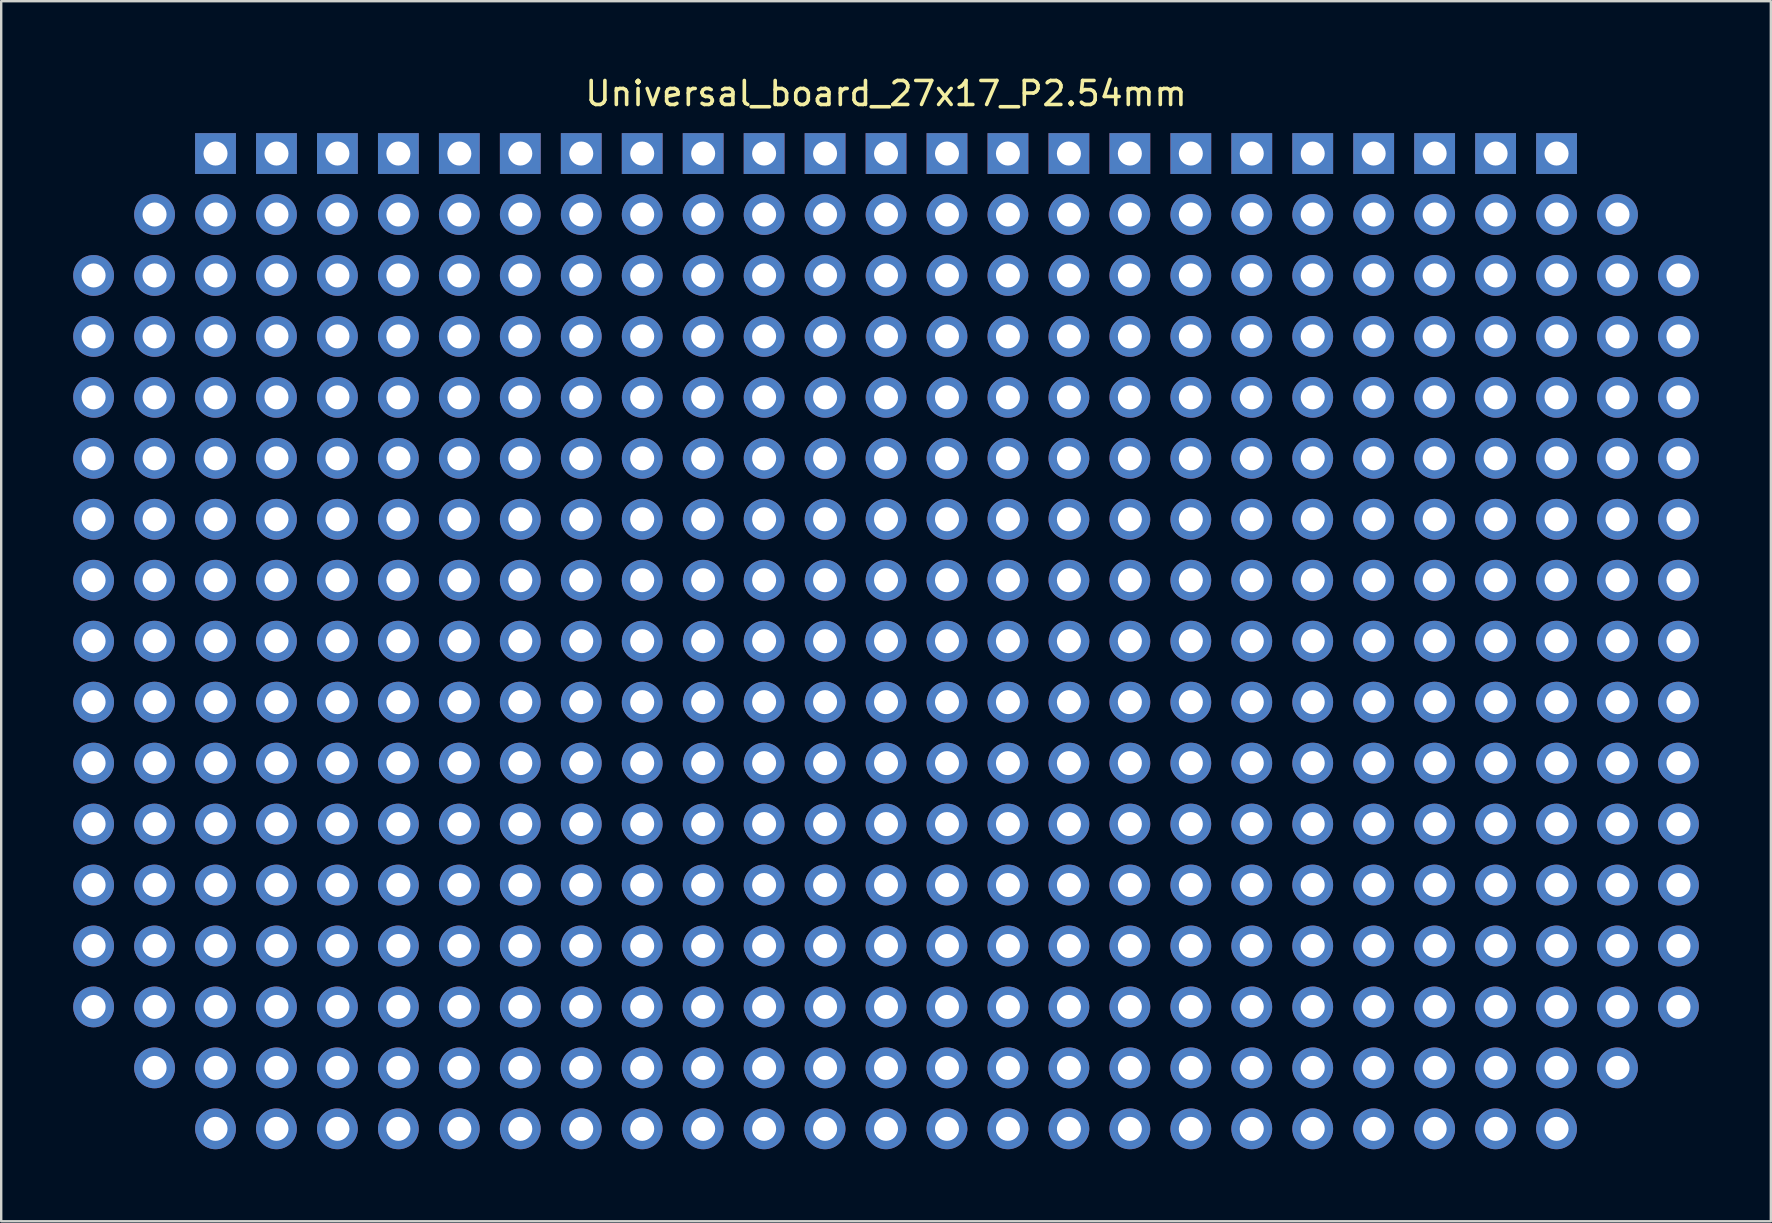
<source format=kicad_pcb>
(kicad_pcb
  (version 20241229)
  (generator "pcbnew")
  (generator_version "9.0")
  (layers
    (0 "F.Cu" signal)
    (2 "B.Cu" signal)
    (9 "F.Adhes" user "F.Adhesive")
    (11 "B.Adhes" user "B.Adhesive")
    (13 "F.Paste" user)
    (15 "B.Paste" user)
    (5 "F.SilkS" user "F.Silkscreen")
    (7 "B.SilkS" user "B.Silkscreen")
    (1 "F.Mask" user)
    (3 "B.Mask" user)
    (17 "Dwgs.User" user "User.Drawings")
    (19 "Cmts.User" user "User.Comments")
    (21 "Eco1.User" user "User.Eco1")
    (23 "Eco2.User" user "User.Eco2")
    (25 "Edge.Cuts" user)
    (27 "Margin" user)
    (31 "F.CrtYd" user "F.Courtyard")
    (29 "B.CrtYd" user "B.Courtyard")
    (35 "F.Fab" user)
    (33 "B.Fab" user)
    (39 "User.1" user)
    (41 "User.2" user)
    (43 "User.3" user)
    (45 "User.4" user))
  (footprint "Universal_board_27x17_P2.54mm"
    (layer "F.Cu")
    (at 33.87 3.348)
    (property "Reference" "Universal_board_27x17_P2.54mm" (at 0 -2.5 0) (layer "F.SilkS") (effects (font (size 1 1) (thickness 0.15))))
    (attr through_hole)
    (pad "1" thru_hole rect (at -27.94 0) (size 1.7 1.7) (drill 1) (layers "*.Cu" "*.Mask"))
    (pad "1" thru_hole rect (at -25.4 0) (size 1.7 1.7) (drill 1) (layers "*.Cu" "*.Mask"))
    (pad "1" thru_hole rect (at -22.86 0) (size 1.7 1.7) (drill 1) (layers "*.Cu" "*.Mask"))
    (pad "1" thru_hole rect (at -20.32 0) (size 1.7 1.7) (drill 1) (layers "*.Cu" "*.Mask"))
    (pad "1" thru_hole rect (at -17.78 0) (size 1.7 1.7) (drill 1) (layers "*.Cu" "*.Mask"))
    (pad "1" thru_hole rect (at -15.24 0) (size 1.7 1.7) (drill 1) (layers "*.Cu" "*.Mask"))
    (pad "1" thru_hole rect (at -12.7 0) (size 1.7 1.7) (drill 1) (layers "*.Cu" "*.Mask"))
    (pad "1" thru_hole rect (at -10.16 0) (size 1.7 1.7) (drill 1) (layers "*.Cu" "*.Mask"))
    (pad "1" thru_hole rect (at -7.62 0) (size 1.7 1.7) (drill 1) (layers "*.Cu" "*.Mask"))
    (pad "1" thru_hole rect (at -5.08 0) (size 1.7 1.7) (drill 1) (layers "*.Cu" "*.Mask"))
    (pad "1" thru_hole rect (at -2.54 0) (size 1.7 1.7) (drill 1) (layers "*.Cu" "*.Mask"))
    (pad "1" thru_hole rect (at 0 0) (size 1.7 1.7) (drill 1) (layers "*.Cu" "*.Mask"))
    (pad "1" thru_hole rect (at 2.54 0) (size 1.7 1.7) (drill 1) (layers "*.Cu" "*.Mask"))
    (pad "1" thru_hole rect (at 5.08 0) (size 1.7 1.7) (drill 1) (layers "*.Cu" "*.Mask"))
    (pad "1" thru_hole rect (at 7.62 0) (size 1.7 1.7) (drill 1) (layers "*.Cu" "*.Mask"))
    (pad "1" thru_hole rect (at 10.16 0) (size 1.7 1.7) (drill 1) (layers "*.Cu" "*.Mask"))
    (pad "1" thru_hole rect (at 12.7 0) (size 1.7 1.7) (drill 1) (layers "*.Cu" "*.Mask"))
    (pad "1" thru_hole rect (at 15.24 0) (size 1.7 1.7) (drill 1) (layers "*.Cu" "*.Mask"))
    (pad "1" thru_hole rect (at 17.78 0) (size 1.7 1.7) (drill 1) (layers "*.Cu" "*.Mask"))
    (pad "1" thru_hole rect (at 20.32 0) (size 1.7 1.7) (drill 1) (layers "*.Cu" "*.Mask"))
    (pad "1" thru_hole rect (at 22.86 0) (size 1.7 1.7) (drill 1) (layers "*.Cu" "*.Mask"))
    (pad "1" thru_hole rect (at 25.4 0) (size 1.7 1.7) (drill 1) (layers "*.Cu" "*.Mask"))
    (pad "1" thru_hole rect (at 27.94 0) (size 1.7 1.7) (drill 1) (layers "*.Cu" "*.Mask"))
    (pad "2" thru_hole oval (at -30.48 2.54) (size 1.7 1.7) (drill 1) (layers "*.Cu" "*.Mask"))
    (pad "2" thru_hole oval (at -27.94 2.54) (size 1.7 1.7) (drill 1) (layers "*.Cu" "*.Mask"))
    (pad "2" thru_hole oval (at -25.4 2.54) (size 1.7 1.7) (drill 1) (layers "*.Cu" "*.Mask"))
    (pad "2" thru_hole oval (at -22.86 2.54) (size 1.7 1.7) (drill 1) (layers "*.Cu" "*.Mask"))
    (pad "2" thru_hole oval (at -20.32 2.54) (size 1.7 1.7) (drill 1) (layers "*.Cu" "*.Mask"))
    (pad "2" thru_hole oval (at -17.78 2.54) (size 1.7 1.7) (drill 1) (layers "*.Cu" "*.Mask"))
    (pad "2" thru_hole oval (at -15.24 2.54) (size 1.7 1.7) (drill 1) (layers "*.Cu" "*.Mask"))
    (pad "2" thru_hole oval (at -12.7 2.54) (size 1.7 1.7) (drill 1) (layers "*.Cu" "*.Mask"))
    (pad "2" thru_hole oval (at -10.16 2.54) (size 1.7 1.7) (drill 1) (layers "*.Cu" "*.Mask"))
    (pad "2" thru_hole oval (at -7.62 2.54) (size 1.7 1.7) (drill 1) (layers "*.Cu" "*.Mask"))
    (pad "2" thru_hole oval (at -5.08 2.54) (size 1.7 1.7) (drill 1) (layers "*.Cu" "*.Mask"))
    (pad "2" thru_hole oval (at -2.54 2.54) (size 1.7 1.7) (drill 1) (layers "*.Cu" "*.Mask"))
    (pad "2" thru_hole oval (at 0 2.54) (size 1.7 1.7) (drill 1) (layers "*.Cu" "*.Mask"))
    (pad "2" thru_hole oval (at 2.54 2.54) (size 1.7 1.7) (drill 1) (layers "*.Cu" "*.Mask"))
    (pad "2" thru_hole oval (at 5.08 2.54) (size 1.7 1.7) (drill 1) (layers "*.Cu" "*.Mask"))
    (pad "2" thru_hole oval (at 7.62 2.54) (size 1.7 1.7) (drill 1) (layers "*.Cu" "*.Mask"))
    (pad "2" thru_hole oval (at 10.16 2.54) (size 1.7 1.7) (drill 1) (layers "*.Cu" "*.Mask"))
    (pad "2" thru_hole oval (at 12.7 2.54) (size 1.7 1.7) (drill 1) (layers "*.Cu" "*.Mask"))
    (pad "2" thru_hole oval (at 15.24 2.54) (size 1.7 1.7) (drill 1) (layers "*.Cu" "*.Mask"))
    (pad "2" thru_hole oval (at 17.78 2.54) (size 1.7 1.7) (drill 1) (layers "*.Cu" "*.Mask"))
    (pad "2" thru_hole oval (at 20.32 2.54) (size 1.7 1.7) (drill 1) (layers "*.Cu" "*.Mask"))
    (pad "2" thru_hole oval (at 22.86 2.54) (size 1.7 1.7) (drill 1) (layers "*.Cu" "*.Mask"))
    (pad "2" thru_hole oval (at 25.4 2.54) (size 1.7 1.7) (drill 1) (layers "*.Cu" "*.Mask"))
    (pad "2" thru_hole oval (at 27.94 2.54) (size 1.7 1.7) (drill 1) (layers "*.Cu" "*.Mask"))
    (pad "2" thru_hole oval (at 30.48 2.54) (size 1.7 1.7) (drill 1) (layers "*.Cu" "*.Mask"))
    (pad "3" thru_hole oval (at -33.02 5.08) (size 1.7 1.7) (drill 1) (layers "*.Cu" "*.Mask"))
    (pad "3" thru_hole oval (at -30.48 5.08) (size 1.7 1.7) (drill 1) (layers "*.Cu" "*.Mask"))
    (pad "3" thru_hole oval (at -27.94 5.08) (size 1.7 1.7) (drill 1) (layers "*.Cu" "*.Mask"))
    (pad "3" thru_hole oval (at -25.4 5.08) (size 1.7 1.7) (drill 1) (layers "*.Cu" "*.Mask"))
    (pad "3" thru_hole oval (at -22.86 5.08) (size 1.7 1.7) (drill 1) (layers "*.Cu" "*.Mask"))
    (pad "3" thru_hole oval (at -20.32 5.08) (size 1.7 1.7) (drill 1) (layers "*.Cu" "*.Mask"))
    (pad "3" thru_hole oval (at -17.78 5.08) (size 1.7 1.7) (drill 1) (layers "*.Cu" "*.Mask"))
    (pad "3" thru_hole oval (at -15.24 5.08) (size 1.7 1.7) (drill 1) (layers "*.Cu" "*.Mask"))
    (pad "3" thru_hole oval (at -12.7 5.08) (size 1.7 1.7) (drill 1) (layers "*.Cu" "*.Mask"))
    (pad "3" thru_hole oval (at -10.16 5.08) (size 1.7 1.7) (drill 1) (layers "*.Cu" "*.Mask"))
    (pad "3" thru_hole oval (at -7.62 5.08) (size 1.7 1.7) (drill 1) (layers "*.Cu" "*.Mask"))
    (pad "3" thru_hole oval (at -5.08 5.08) (size 1.7 1.7) (drill 1) (layers "*.Cu" "*.Mask"))
    (pad "3" thru_hole oval (at -2.54 5.08) (size 1.7 1.7) (drill 1) (layers "*.Cu" "*.Mask"))
    (pad "3" thru_hole oval (at 0 5.08) (size 1.7 1.7) (drill 1) (layers "*.Cu" "*.Mask"))
    (pad "3" thru_hole oval (at 2.54 5.08) (size 1.7 1.7) (drill 1) (layers "*.Cu" "*.Mask"))
    (pad "3" thru_hole oval (at 5.08 5.08) (size 1.7 1.7) (drill 1) (layers "*.Cu" "*.Mask"))
    (pad "3" thru_hole oval (at 7.62 5.08) (size 1.7 1.7) (drill 1) (layers "*.Cu" "*.Mask"))
    (pad "3" thru_hole oval (at 10.16 5.08) (size 1.7 1.7) (drill 1) (layers "*.Cu" "*.Mask"))
    (pad "3" thru_hole oval (at 12.7 5.08) (size 1.7 1.7) (drill 1) (layers "*.Cu" "*.Mask"))
    (pad "3" thru_hole oval (at 15.24 5.08) (size 1.7 1.7) (drill 1) (layers "*.Cu" "*.Mask"))
    (pad "3" thru_hole oval (at 17.78 5.08) (size 1.7 1.7) (drill 1) (layers "*.Cu" "*.Mask"))
    (pad "3" thru_hole oval (at 20.32 5.08) (size 1.7 1.7) (drill 1) (layers "*.Cu" "*.Mask"))
    (pad "3" thru_hole oval (at 22.86 5.08) (size 1.7 1.7) (drill 1) (layers "*.Cu" "*.Mask"))
    (pad "3" thru_hole oval (at 25.4 5.08) (size 1.7 1.7) (drill 1) (layers "*.Cu" "*.Mask"))
    (pad "3" thru_hole oval (at 27.94 5.08) (size 1.7 1.7) (drill 1) (layers "*.Cu" "*.Mask"))
    (pad "3" thru_hole oval (at 30.48 5.08) (size 1.7 1.7) (drill 1) (layers "*.Cu" "*.Mask"))
    (pad "3" thru_hole oval (at 33.02 5.08) (size 1.7 1.7) (drill 1) (layers "*.Cu" "*.Mask"))
    (pad "4" thru_hole oval (at -33.02 7.62) (size 1.7 1.7) (drill 1) (layers "*.Cu" "*.Mask"))
    (pad "4" thru_hole oval (at -30.48 7.62) (size 1.7 1.7) (drill 1) (layers "*.Cu" "*.Mask"))
    (pad "4" thru_hole oval (at -27.94 7.62) (size 1.7 1.7) (drill 1) (layers "*.Cu" "*.Mask"))
    (pad "4" thru_hole oval (at -25.4 7.62) (size 1.7 1.7) (drill 1) (layers "*.Cu" "*.Mask"))
    (pad "4" thru_hole oval (at -22.86 7.62) (size 1.7 1.7) (drill 1) (layers "*.Cu" "*.Mask"))
    (pad "4" thru_hole oval (at -20.32 7.62) (size 1.7 1.7) (drill 1) (layers "*.Cu" "*.Mask"))
    (pad "4" thru_hole oval (at -17.78 7.62) (size 1.7 1.7) (drill 1) (layers "*.Cu" "*.Mask"))
    (pad "4" thru_hole oval (at -15.24 7.62) (size 1.7 1.7) (drill 1) (layers "*.Cu" "*.Mask"))
    (pad "4" thru_hole oval (at -12.7 7.62) (size 1.7 1.7) (drill 1) (layers "*.Cu" "*.Mask"))
    (pad "4" thru_hole oval (at -10.16 7.62) (size 1.7 1.7) (drill 1) (layers "*.Cu" "*.Mask"))
    (pad "4" thru_hole oval (at -7.62 7.62) (size 1.7 1.7) (drill 1) (layers "*.Cu" "*.Mask"))
    (pad "4" thru_hole oval (at -5.08 7.62) (size 1.7 1.7) (drill 1) (layers "*.Cu" "*.Mask"))
    (pad "4" thru_hole oval (at -2.54 7.62) (size 1.7 1.7) (drill 1) (layers "*.Cu" "*.Mask"))
    (pad "4" thru_hole oval (at 0 7.62) (size 1.7 1.7) (drill 1) (layers "*.Cu" "*.Mask"))
    (pad "4" thru_hole oval (at 2.54 7.62) (size 1.7 1.7) (drill 1) (layers "*.Cu" "*.Mask"))
    (pad "4" thru_hole oval (at 5.08 7.62) (size 1.7 1.7) (drill 1) (layers "*.Cu" "*.Mask"))
    (pad "4" thru_hole oval (at 7.62 7.62) (size 1.7 1.7) (drill 1) (layers "*.Cu" "*.Mask"))
    (pad "4" thru_hole oval (at 10.16 7.62) (size 1.7 1.7) (drill 1) (layers "*.Cu" "*.Mask"))
    (pad "4" thru_hole oval (at 12.7 7.62) (size 1.7 1.7) (drill 1) (layers "*.Cu" "*.Mask"))
    (pad "4" thru_hole oval (at 15.24 7.62) (size 1.7 1.7) (drill 1) (layers "*.Cu" "*.Mask"))
    (pad "4" thru_hole oval (at 17.78 7.62) (size 1.7 1.7) (drill 1) (layers "*.Cu" "*.Mask"))
    (pad "4" thru_hole oval (at 20.32 7.62) (size 1.7 1.7) (drill 1) (layers "*.Cu" "*.Mask"))
    (pad "4" thru_hole oval (at 22.86 7.62) (size 1.7 1.7) (drill 1) (layers "*.Cu" "*.Mask"))
    (pad "4" thru_hole oval (at 25.4 7.62) (size 1.7 1.7) (drill 1) (layers "*.Cu" "*.Mask"))
    (pad "4" thru_hole oval (at 27.94 7.62) (size 1.7 1.7) (drill 1) (layers "*.Cu" "*.Mask"))
    (pad "4" thru_hole oval (at 30.48 7.62) (size 1.7 1.7) (drill 1) (layers "*.Cu" "*.Mask"))
    (pad "4" thru_hole oval (at 33.02 7.62) (size 1.7 1.7) (drill 1) (layers "*.Cu" "*.Mask"))
    (pad "5" thru_hole oval (at -33.02 10.16) (size 1.7 1.7) (drill 1) (layers "*.Cu" "*.Mask"))
    (pad "5" thru_hole oval (at -30.48 10.16) (size 1.7 1.7) (drill 1) (layers "*.Cu" "*.Mask"))
    (pad "5" thru_hole oval (at -27.94 10.16) (size 1.7 1.7) (drill 1) (layers "*.Cu" "*.Mask"))
    (pad "5" thru_hole oval (at -25.4 10.16) (size 1.7 1.7) (drill 1) (layers "*.Cu" "*.Mask"))
    (pad "5" thru_hole oval (at -22.86 10.16) (size 1.7 1.7) (drill 1) (layers "*.Cu" "*.Mask"))
    (pad "5" thru_hole oval (at -20.32 10.16) (size 1.7 1.7) (drill 1) (layers "*.Cu" "*.Mask"))
    (pad "5" thru_hole oval (at -17.78 10.16) (size 1.7 1.7) (drill 1) (layers "*.Cu" "*.Mask"))
    (pad "5" thru_hole oval (at -15.24 10.16) (size 1.7 1.7) (drill 1) (layers "*.Cu" "*.Mask"))
    (pad "5" thru_hole oval (at -12.7 10.16) (size 1.7 1.7) (drill 1) (layers "*.Cu" "*.Mask"))
    (pad "5" thru_hole oval (at -10.16 10.16) (size 1.7 1.7) (drill 1) (layers "*.Cu" "*.Mask"))
    (pad "5" thru_hole oval (at -7.62 10.16) (size 1.7 1.7) (drill 1) (layers "*.Cu" "*.Mask"))
    (pad "5" thru_hole oval (at -5.08 10.16) (size 1.7 1.7) (drill 1) (layers "*.Cu" "*.Mask"))
    (pad "5" thru_hole oval (at -2.54 10.16) (size 1.7 1.7) (drill 1) (layers "*.Cu" "*.Mask"))
    (pad "5" thru_hole oval (at 0 10.16) (size 1.7 1.7) (drill 1) (layers "*.Cu" "*.Mask"))
    (pad "5" thru_hole oval (at 2.54 10.16) (size 1.7 1.7) (drill 1) (layers "*.Cu" "*.Mask"))
    (pad "5" thru_hole oval (at 5.08 10.16) (size 1.7 1.7) (drill 1) (layers "*.Cu" "*.Mask"))
    (pad "5" thru_hole oval (at 7.62 10.16) (size 1.7 1.7) (drill 1) (layers "*.Cu" "*.Mask"))
    (pad "5" thru_hole oval (at 10.16 10.16) (size 1.7 1.7) (drill 1) (layers "*.Cu" "*.Mask"))
    (pad "5" thru_hole oval (at 12.7 10.16) (size 1.7 1.7) (drill 1) (layers "*.Cu" "*.Mask"))
    (pad "5" thru_hole oval (at 15.24 10.16) (size 1.7 1.7) (drill 1) (layers "*.Cu" "*.Mask"))
    (pad "5" thru_hole oval (at 17.78 10.16) (size 1.7 1.7) (drill 1) (layers "*.Cu" "*.Mask"))
    (pad "5" thru_hole oval (at 20.32 10.16) (size 1.7 1.7) (drill 1) (layers "*.Cu" "*.Mask"))
    (pad "5" thru_hole oval (at 22.86 10.16) (size 1.7 1.7) (drill 1) (layers "*.Cu" "*.Mask"))
    (pad "5" thru_hole oval (at 25.4 10.16) (size 1.7 1.7) (drill 1) (layers "*.Cu" "*.Mask"))
    (pad "5" thru_hole oval (at 27.94 10.16) (size 1.7 1.7) (drill 1) (layers "*.Cu" "*.Mask"))
    (pad "5" thru_hole oval (at 30.48 10.16) (size 1.7 1.7) (drill 1) (layers "*.Cu" "*.Mask"))
    (pad "5" thru_hole oval (at 33.02 10.16) (size 1.7 1.7) (drill 1) (layers "*.Cu" "*.Mask"))
    (pad "6" thru_hole oval (at -33.02 12.7) (size 1.7 1.7) (drill 1) (layers "*.Cu" "*.Mask"))
    (pad "6" thru_hole oval (at -30.48 12.7) (size 1.7 1.7) (drill 1) (layers "*.Cu" "*.Mask"))
    (pad "6" thru_hole oval (at -27.94 12.7) (size 1.7 1.7) (drill 1) (layers "*.Cu" "*.Mask"))
    (pad "6" thru_hole oval (at -25.4 12.7) (size 1.7 1.7) (drill 1) (layers "*.Cu" "*.Mask"))
    (pad "6" thru_hole oval (at -22.86 12.7) (size 1.7 1.7) (drill 1) (layers "*.Cu" "*.Mask"))
    (pad "6" thru_hole oval (at -20.32 12.7) (size 1.7 1.7) (drill 1) (layers "*.Cu" "*.Mask"))
    (pad "6" thru_hole oval (at -17.78 12.7) (size 1.7 1.7) (drill 1) (layers "*.Cu" "*.Mask"))
    (pad "6" thru_hole oval (at -15.24 12.7) (size 1.7 1.7) (drill 1) (layers "*.Cu" "*.Mask"))
    (pad "6" thru_hole oval (at -12.7 12.7) (size 1.7 1.7) (drill 1) (layers "*.Cu" "*.Mask"))
    (pad "6" thru_hole oval (at -10.16 12.7) (size 1.7 1.7) (drill 1) (layers "*.Cu" "*.Mask"))
    (pad "6" thru_hole oval (at -7.62 12.7) (size 1.7 1.7) (drill 1) (layers "*.Cu" "*.Mask"))
    (pad "6" thru_hole oval (at -5.08 12.7) (size 1.7 1.7) (drill 1) (layers "*.Cu" "*.Mask"))
    (pad "6" thru_hole oval (at -2.54 12.7) (size 1.7 1.7) (drill 1) (layers "*.Cu" "*.Mask"))
    (pad "6" thru_hole oval (at 0 12.7) (size 1.7 1.7) (drill 1) (layers "*.Cu" "*.Mask"))
    (pad "6" thru_hole oval (at 2.54 12.7) (size 1.7 1.7) (drill 1) (layers "*.Cu" "*.Mask"))
    (pad "6" thru_hole oval (at 5.08 12.7) (size 1.7 1.7) (drill 1) (layers "*.Cu" "*.Mask"))
    (pad "6" thru_hole oval (at 7.62 12.7) (size 1.7 1.7) (drill 1) (layers "*.Cu" "*.Mask"))
    (pad "6" thru_hole oval (at 10.16 12.7) (size 1.7 1.7) (drill 1) (layers "*.Cu" "*.Mask"))
    (pad "6" thru_hole oval (at 12.7 12.7) (size 1.7 1.7) (drill 1) (layers "*.Cu" "*.Mask"))
    (pad "6" thru_hole oval (at 15.24 12.7) (size 1.7 1.7) (drill 1) (layers "*.Cu" "*.Mask"))
    (pad "6" thru_hole oval (at 17.78 12.7) (size 1.7 1.7) (drill 1) (layers "*.Cu" "*.Mask"))
    (pad "6" thru_hole oval (at 20.32 12.7) (size 1.7 1.7) (drill 1) (layers "*.Cu" "*.Mask"))
    (pad "6" thru_hole oval (at 22.86 12.7) (size 1.7 1.7) (drill 1) (layers "*.Cu" "*.Mask"))
    (pad "6" thru_hole oval (at 25.4 12.7) (size 1.7 1.7) (drill 1) (layers "*.Cu" "*.Mask"))
    (pad "6" thru_hole oval (at 27.94 12.7) (size 1.7 1.7) (drill 1) (layers "*.Cu" "*.Mask"))
    (pad "6" thru_hole oval (at 30.48 12.7) (size 1.7 1.7) (drill 1) (layers "*.Cu" "*.Mask"))
    (pad "6" thru_hole oval (at 33.02 12.7) (size 1.7 1.7) (drill 1) (layers "*.Cu" "*.Mask"))
    (pad "7" thru_hole oval (at -33.02 15.24) (size 1.7 1.7) (drill 1) (layers "*.Cu" "*.Mask"))
    (pad "7" thru_hole oval (at -30.48 15.24) (size 1.7 1.7) (drill 1) (layers "*.Cu" "*.Mask"))
    (pad "7" thru_hole oval (at -27.94 15.24) (size 1.7 1.7) (drill 1) (layers "*.Cu" "*.Mask"))
    (pad "7" thru_hole oval (at -25.4 15.24) (size 1.7 1.7) (drill 1) (layers "*.Cu" "*.Mask"))
    (pad "7" thru_hole oval (at -22.86 15.24) (size 1.7 1.7) (drill 1) (layers "*.Cu" "*.Mask"))
    (pad "7" thru_hole oval (at -20.32 15.24) (size 1.7 1.7) (drill 1) (layers "*.Cu" "*.Mask"))
    (pad "7" thru_hole oval (at -17.78 15.24) (size 1.7 1.7) (drill 1) (layers "*.Cu" "*.Mask"))
    (pad "7" thru_hole oval (at -15.24 15.24) (size 1.7 1.7) (drill 1) (layers "*.Cu" "*.Mask"))
    (pad "7" thru_hole oval (at -12.7 15.24) (size 1.7 1.7) (drill 1) (layers "*.Cu" "*.Mask"))
    (pad "7" thru_hole oval (at -10.16 15.24) (size 1.7 1.7) (drill 1) (layers "*.Cu" "*.Mask"))
    (pad "7" thru_hole oval (at -7.62 15.24) (size 1.7 1.7) (drill 1) (layers "*.Cu" "*.Mask"))
    (pad "7" thru_hole oval (at -5.08 15.24) (size 1.7 1.7) (drill 1) (layers "*.Cu" "*.Mask"))
    (pad "7" thru_hole oval (at -2.54 15.24) (size 1.7 1.7) (drill 1) (layers "*.Cu" "*.Mask"))
    (pad "7" thru_hole oval (at 0 15.24) (size 1.7 1.7) (drill 1) (layers "*.Cu" "*.Mask"))
    (pad "7" thru_hole oval (at 2.54 15.24) (size 1.7 1.7) (drill 1) (layers "*.Cu" "*.Mask"))
    (pad "7" thru_hole oval (at 5.08 15.24) (size 1.7 1.7) (drill 1) (layers "*.Cu" "*.Mask"))
    (pad "7" thru_hole oval (at 7.62 15.24) (size 1.7 1.7) (drill 1) (layers "*.Cu" "*.Mask"))
    (pad "7" thru_hole oval (at 10.16 15.24) (size 1.7 1.7) (drill 1) (layers "*.Cu" "*.Mask"))
    (pad "7" thru_hole oval (at 12.7 15.24) (size 1.7 1.7) (drill 1) (layers "*.Cu" "*.Mask"))
    (pad "7" thru_hole oval (at 15.24 15.24) (size 1.7 1.7) (drill 1) (layers "*.Cu" "*.Mask"))
    (pad "7" thru_hole oval (at 17.78 15.24) (size 1.7 1.7) (drill 1) (layers "*.Cu" "*.Mask"))
    (pad "7" thru_hole oval (at 20.32 15.24) (size 1.7 1.7) (drill 1) (layers "*.Cu" "*.Mask"))
    (pad "7" thru_hole oval (at 22.86 15.24) (size 1.7 1.7) (drill 1) (layers "*.Cu" "*.Mask"))
    (pad "7" thru_hole oval (at 25.4 15.24) (size 1.7 1.7) (drill 1) (layers "*.Cu" "*.Mask"))
    (pad "7" thru_hole oval (at 27.94 15.24) (size 1.7 1.7) (drill 1) (layers "*.Cu" "*.Mask"))
    (pad "7" thru_hole oval (at 30.48 15.24) (size 1.7 1.7) (drill 1) (layers "*.Cu" "*.Mask"))
    (pad "7" thru_hole oval (at 33.02 15.24) (size 1.7 1.7) (drill 1) (layers "*.Cu" "*.Mask"))
    (pad "8" thru_hole oval (at -33.02 17.78) (size 1.7 1.7) (drill 1) (layers "*.Cu" "*.Mask"))
    (pad "8" thru_hole oval (at -30.48 17.78) (size 1.7 1.7) (drill 1) (layers "*.Cu" "*.Mask"))
    (pad "8" thru_hole oval (at -27.94 17.78) (size 1.7 1.7) (drill 1) (layers "*.Cu" "*.Mask"))
    (pad "8" thru_hole oval (at -25.4 17.78) (size 1.7 1.7) (drill 1) (layers "*.Cu" "*.Mask"))
    (pad "8" thru_hole oval (at -22.86 17.78) (size 1.7 1.7) (drill 1) (layers "*.Cu" "*.Mask"))
    (pad "8" thru_hole oval (at -20.32 17.78) (size 1.7 1.7) (drill 1) (layers "*.Cu" "*.Mask"))
    (pad "8" thru_hole oval (at -17.78 17.78) (size 1.7 1.7) (drill 1) (layers "*.Cu" "*.Mask"))
    (pad "8" thru_hole oval (at -15.24 17.78) (size 1.7 1.7) (drill 1) (layers "*.Cu" "*.Mask"))
    (pad "8" thru_hole oval (at -12.7 17.78) (size 1.7 1.7) (drill 1) (layers "*.Cu" "*.Mask"))
    (pad "8" thru_hole oval (at -10.16 17.78) (size 1.7 1.7) (drill 1) (layers "*.Cu" "*.Mask"))
    (pad "8" thru_hole oval (at -7.62 17.78) (size 1.7 1.7) (drill 1) (layers "*.Cu" "*.Mask"))
    (pad "8" thru_hole oval (at -5.08 17.78) (size 1.7 1.7) (drill 1) (layers "*.Cu" "*.Mask"))
    (pad "8" thru_hole oval (at -2.54 17.78) (size 1.7 1.7) (drill 1) (layers "*.Cu" "*.Mask"))
    (pad "8" thru_hole oval (at 0 17.78) (size 1.7 1.7) (drill 1) (layers "*.Cu" "*.Mask"))
    (pad "8" thru_hole oval (at 2.54 17.78) (size 1.7 1.7) (drill 1) (layers "*.Cu" "*.Mask"))
    (pad "8" thru_hole oval (at 5.08 17.78) (size 1.7 1.7) (drill 1) (layers "*.Cu" "*.Mask"))
    (pad "8" thru_hole oval (at 7.62 17.78) (size 1.7 1.7) (drill 1) (layers "*.Cu" "*.Mask"))
    (pad "8" thru_hole oval (at 10.16 17.78) (size 1.7 1.7) (drill 1) (layers "*.Cu" "*.Mask"))
    (pad "8" thru_hole oval (at 12.7 17.78) (size 1.7 1.7) (drill 1) (layers "*.Cu" "*.Mask"))
    (pad "8" thru_hole oval (at 15.24 17.78) (size 1.7 1.7) (drill 1) (layers "*.Cu" "*.Mask"))
    (pad "8" thru_hole oval (at 17.78 17.78) (size 1.7 1.7) (drill 1) (layers "*.Cu" "*.Mask"))
    (pad "8" thru_hole oval (at 20.32 17.78) (size 1.7 1.7) (drill 1) (layers "*.Cu" "*.Mask"))
    (pad "8" thru_hole oval (at 22.86 17.78) (size 1.7 1.7) (drill 1) (layers "*.Cu" "*.Mask"))
    (pad "8" thru_hole oval (at 25.4 17.78) (size 1.7 1.7) (drill 1) (layers "*.Cu" "*.Mask"))
    (pad "8" thru_hole oval (at 27.94 17.78) (size 1.7 1.7) (drill 1) (layers "*.Cu" "*.Mask"))
    (pad "8" thru_hole oval (at 30.48 17.78) (size 1.7 1.7) (drill 1) (layers "*.Cu" "*.Mask"))
    (pad "8" thru_hole oval (at 33.02 17.78) (size 1.7 1.7) (drill 1) (layers "*.Cu" "*.Mask"))
    (pad "9" thru_hole oval (at -33.02 20.32) (size 1.7 1.7) (drill 1) (layers "*.Cu" "*.Mask"))
    (pad "9" thru_hole oval (at -30.48 20.32) (size 1.7 1.7) (drill 1) (layers "*.Cu" "*.Mask"))
    (pad "9" thru_hole oval (at -27.94 20.32) (size 1.7 1.7) (drill 1) (layers "*.Cu" "*.Mask"))
    (pad "9" thru_hole oval (at -25.4 20.32) (size 1.7 1.7) (drill 1) (layers "*.Cu" "*.Mask"))
    (pad "9" thru_hole oval (at -22.86 20.32) (size 1.7 1.7) (drill 1) (layers "*.Cu" "*.Mask"))
    (pad "9" thru_hole oval (at -20.32 20.32) (size 1.7 1.7) (drill 1) (layers "*.Cu" "*.Mask"))
    (pad "9" thru_hole oval (at -17.78 20.32) (size 1.7 1.7) (drill 1) (layers "*.Cu" "*.Mask"))
    (pad "9" thru_hole oval (at -15.24 20.32) (size 1.7 1.7) (drill 1) (layers "*.Cu" "*.Mask"))
    (pad "9" thru_hole oval (at -12.7 20.32) (size 1.7 1.7) (drill 1) (layers "*.Cu" "*.Mask"))
    (pad "9" thru_hole oval (at -10.16 20.32) (size 1.7 1.7) (drill 1) (layers "*.Cu" "*.Mask"))
    (pad "9" thru_hole oval (at -7.62 20.32) (size 1.7 1.7) (drill 1) (layers "*.Cu" "*.Mask"))
    (pad "9" thru_hole oval (at -5.08 20.32) (size 1.7 1.7) (drill 1) (layers "*.Cu" "*.Mask"))
    (pad "9" thru_hole oval (at -2.54 20.32) (size 1.7 1.7) (drill 1) (layers "*.Cu" "*.Mask"))
    (pad "9" thru_hole oval (at 0 20.32) (size 1.7 1.7) (drill 1) (layers "*.Cu" "*.Mask"))
    (pad "9" thru_hole oval (at 2.54 20.32) (size 1.7 1.7) (drill 1) (layers "*.Cu" "*.Mask"))
    (pad "9" thru_hole oval (at 5.08 20.32) (size 1.7 1.7) (drill 1) (layers "*.Cu" "*.Mask"))
    (pad "9" thru_hole oval (at 7.62 20.32) (size 1.7 1.7) (drill 1) (layers "*.Cu" "*.Mask"))
    (pad "9" thru_hole oval (at 10.16 20.32) (size 1.7 1.7) (drill 1) (layers "*.Cu" "*.Mask"))
    (pad "9" thru_hole oval (at 12.7 20.32) (size 1.7 1.7) (drill 1) (layers "*.Cu" "*.Mask"))
    (pad "9" thru_hole oval (at 15.24 20.32) (size 1.7 1.7) (drill 1) (layers "*.Cu" "*.Mask"))
    (pad "9" thru_hole oval (at 17.78 20.32) (size 1.7 1.7) (drill 1) (layers "*.Cu" "*.Mask"))
    (pad "9" thru_hole oval (at 20.32 20.32) (size 1.7 1.7) (drill 1) (layers "*.Cu" "*.Mask"))
    (pad "9" thru_hole oval (at 22.86 20.32) (size 1.7 1.7) (drill 1) (layers "*.Cu" "*.Mask"))
    (pad "9" thru_hole oval (at 25.4 20.32) (size 1.7 1.7) (drill 1) (layers "*.Cu" "*.Mask"))
    (pad "9" thru_hole oval (at 27.94 20.32) (size 1.7 1.7) (drill 1) (layers "*.Cu" "*.Mask"))
    (pad "9" thru_hole oval (at 30.48 20.32) (size 1.7 1.7) (drill 1) (layers "*.Cu" "*.Mask"))
    (pad "9" thru_hole oval (at 33.02 20.32) (size 1.7 1.7) (drill 1) (layers "*.Cu" "*.Mask"))
    (pad "10" thru_hole oval (at -33.02 22.86) (size 1.7 1.7) (drill 1) (layers "*.Cu" "*.Mask"))
    (pad "10" thru_hole oval (at -30.48 22.86) (size 1.7 1.7) (drill 1) (layers "*.Cu" "*.Mask"))
    (pad "10" thru_hole oval (at -27.94 22.86) (size 1.7 1.7) (drill 1) (layers "*.Cu" "*.Mask"))
    (pad "10" thru_hole oval (at -25.4 22.86) (size 1.7 1.7) (drill 1) (layers "*.Cu" "*.Mask"))
    (pad "10" thru_hole oval (at -22.86 22.86) (size 1.7 1.7) (drill 1) (layers "*.Cu" "*.Mask"))
    (pad "10" thru_hole oval (at -20.32 22.86) (size 1.7 1.7) (drill 1) (layers "*.Cu" "*.Mask"))
    (pad "10" thru_hole oval (at -17.78 22.86) (size 1.7 1.7) (drill 1) (layers "*.Cu" "*.Mask"))
    (pad "10" thru_hole oval (at -15.24 22.86) (size 1.7 1.7) (drill 1) (layers "*.Cu" "*.Mask"))
    (pad "10" thru_hole oval (at -12.7 22.86) (size 1.7 1.7) (drill 1) (layers "*.Cu" "*.Mask"))
    (pad "10" thru_hole oval (at -10.16 22.86) (size 1.7 1.7) (drill 1) (layers "*.Cu" "*.Mask"))
    (pad "10" thru_hole oval (at -7.62 22.86) (size 1.7 1.7) (drill 1) (layers "*.Cu" "*.Mask"))
    (pad "10" thru_hole oval (at -5.08 22.86) (size 1.7 1.7) (drill 1) (layers "*.Cu" "*.Mask"))
    (pad "10" thru_hole oval (at -2.54 22.86) (size 1.7 1.7) (drill 1) (layers "*.Cu" "*.Mask"))
    (pad "10" thru_hole oval (at 0 22.86) (size 1.7 1.7) (drill 1) (layers "*.Cu" "*.Mask"))
    (pad "10" thru_hole oval (at 2.54 22.86) (size 1.7 1.7) (drill 1) (layers "*.Cu" "*.Mask"))
    (pad "10" thru_hole oval (at 5.08 22.86) (size 1.7 1.7) (drill 1) (layers "*.Cu" "*.Mask"))
    (pad "10" thru_hole oval (at 7.62 22.86) (size 1.7 1.7) (drill 1) (layers "*.Cu" "*.Mask"))
    (pad "10" thru_hole oval (at 10.16 22.86) (size 1.7 1.7) (drill 1) (layers "*.Cu" "*.Mask"))
    (pad "10" thru_hole oval (at 12.7 22.86) (size 1.7 1.7) (drill 1) (layers "*.Cu" "*.Mask"))
    (pad "10" thru_hole oval (at 15.24 22.86) (size 1.7 1.7) (drill 1) (layers "*.Cu" "*.Mask"))
    (pad "10" thru_hole oval (at 17.78 22.86) (size 1.7 1.7) (drill 1) (layers "*.Cu" "*.Mask"))
    (pad "10" thru_hole oval (at 20.32 22.86) (size 1.7 1.7) (drill 1) (layers "*.Cu" "*.Mask"))
    (pad "10" thru_hole oval (at 22.86 22.86) (size 1.7 1.7) (drill 1) (layers "*.Cu" "*.Mask"))
    (pad "10" thru_hole oval (at 25.4 22.86) (size 1.7 1.7) (drill 1) (layers "*.Cu" "*.Mask"))
    (pad "10" thru_hole oval (at 27.94 22.86) (size 1.7 1.7) (drill 1) (layers "*.Cu" "*.Mask"))
    (pad "10" thru_hole oval (at 30.48 22.86) (size 1.7 1.7) (drill 1) (layers "*.Cu" "*.Mask"))
    (pad "10" thru_hole oval (at 33.02 22.86) (size 1.7 1.7) (drill 1) (layers "*.Cu" "*.Mask"))
    (pad "11" thru_hole oval (at -33.02 25.4) (size 1.7 1.7) (drill 1) (layers "*.Cu" "*.Mask"))
    (pad "11" thru_hole oval (at -30.48 25.4) (size 1.7 1.7) (drill 1) (layers "*.Cu" "*.Mask"))
    (pad "11" thru_hole oval (at -27.94 25.4) (size 1.7 1.7) (drill 1) (layers "*.Cu" "*.Mask"))
    (pad "11" thru_hole oval (at -25.4 25.4) (size 1.7 1.7) (drill 1) (layers "*.Cu" "*.Mask"))
    (pad "11" thru_hole oval (at -22.86 25.4) (size 1.7 1.7) (drill 1) (layers "*.Cu" "*.Mask"))
    (pad "11" thru_hole oval (at -20.32 25.4) (size 1.7 1.7) (drill 1) (layers "*.Cu" "*.Mask"))
    (pad "11" thru_hole oval (at -17.78 25.4) (size 1.7 1.7) (drill 1) (layers "*.Cu" "*.Mask"))
    (pad "11" thru_hole oval (at -15.24 25.4) (size 1.7 1.7) (drill 1) (layers "*.Cu" "*.Mask"))
    (pad "11" thru_hole oval (at -12.7 25.4) (size 1.7 1.7) (drill 1) (layers "*.Cu" "*.Mask"))
    (pad "11" thru_hole oval (at -10.16 25.4) (size 1.7 1.7) (drill 1) (layers "*.Cu" "*.Mask"))
    (pad "11" thru_hole oval (at -7.62 25.4) (size 1.7 1.7) (drill 1) (layers "*.Cu" "*.Mask"))
    (pad "11" thru_hole oval (at -5.08 25.4) (size 1.7 1.7) (drill 1) (layers "*.Cu" "*.Mask"))
    (pad "11" thru_hole oval (at -2.54 25.4) (size 1.7 1.7) (drill 1) (layers "*.Cu" "*.Mask"))
    (pad "11" thru_hole oval (at 0 25.4) (size 1.7 1.7) (drill 1) (layers "*.Cu" "*.Mask"))
    (pad "11" thru_hole oval (at 2.54 25.4) (size 1.7 1.7) (drill 1) (layers "*.Cu" "*.Mask"))
    (pad "11" thru_hole oval (at 5.08 25.4) (size 1.7 1.7) (drill 1) (layers "*.Cu" "*.Mask"))
    (pad "11" thru_hole oval (at 7.62 25.4) (size 1.7 1.7) (drill 1) (layers "*.Cu" "*.Mask"))
    (pad "11" thru_hole oval (at 10.16 25.4) (size 1.7 1.7) (drill 1) (layers "*.Cu" "*.Mask"))
    (pad "11" thru_hole oval (at 12.7 25.4) (size 1.7 1.7) (drill 1) (layers "*.Cu" "*.Mask"))
    (pad "11" thru_hole oval (at 15.24 25.4) (size 1.7 1.7) (drill 1) (layers "*.Cu" "*.Mask"))
    (pad "11" thru_hole oval (at 17.78 25.4) (size 1.7 1.7) (drill 1) (layers "*.Cu" "*.Mask"))
    (pad "11" thru_hole oval (at 20.32 25.4) (size 1.7 1.7) (drill 1) (layers "*.Cu" "*.Mask"))
    (pad "11" thru_hole oval (at 22.86 25.4) (size 1.7 1.7) (drill 1) (layers "*.Cu" "*.Mask"))
    (pad "11" thru_hole oval (at 25.4 25.4) (size 1.7 1.7) (drill 1) (layers "*.Cu" "*.Mask"))
    (pad "11" thru_hole oval (at 27.94 25.4) (size 1.7 1.7) (drill 1) (layers "*.Cu" "*.Mask"))
    (pad "11" thru_hole oval (at 30.48 25.4) (size 1.7 1.7) (drill 1) (layers "*.Cu" "*.Mask"))
    (pad "11" thru_hole oval (at 33.02 25.4) (size 1.7 1.7) (drill 1) (layers "*.Cu" "*.Mask"))
    (pad "12" thru_hole oval (at -33.02 27.94) (size 1.7 1.7) (drill 1) (layers "*.Cu" "*.Mask"))
    (pad "12" thru_hole oval (at -30.48 27.94) (size 1.7 1.7) (drill 1) (layers "*.Cu" "*.Mask"))
    (pad "12" thru_hole oval (at -27.94 27.94) (size 1.7 1.7) (drill 1) (layers "*.Cu" "*.Mask"))
    (pad "12" thru_hole oval (at -25.4 27.94) (size 1.7 1.7) (drill 1) (layers "*.Cu" "*.Mask"))
    (pad "12" thru_hole oval (at -22.86 27.94) (size 1.7 1.7) (drill 1) (layers "*.Cu" "*.Mask"))
    (pad "12" thru_hole oval (at -20.32 27.94) (size 1.7 1.7) (drill 1) (layers "*.Cu" "*.Mask"))
    (pad "12" thru_hole oval (at -17.78 27.94) (size 1.7 1.7) (drill 1) (layers "*.Cu" "*.Mask"))
    (pad "12" thru_hole oval (at -15.24 27.94) (size 1.7 1.7) (drill 1) (layers "*.Cu" "*.Mask"))
    (pad "12" thru_hole oval (at -12.7 27.94) (size 1.7 1.7) (drill 1) (layers "*.Cu" "*.Mask"))
    (pad "12" thru_hole oval (at -10.16 27.94) (size 1.7 1.7) (drill 1) (layers "*.Cu" "*.Mask"))
    (pad "12" thru_hole oval (at -7.62 27.94) (size 1.7 1.7) (drill 1) (layers "*.Cu" "*.Mask"))
    (pad "12" thru_hole oval (at -5.08 27.94) (size 1.7 1.7) (drill 1) (layers "*.Cu" "*.Mask"))
    (pad "12" thru_hole oval (at -2.54 27.94) (size 1.7 1.7) (drill 1) (layers "*.Cu" "*.Mask"))
    (pad "12" thru_hole oval (at 0 27.94) (size 1.7 1.7) (drill 1) (layers "*.Cu" "*.Mask"))
    (pad "12" thru_hole oval (at 2.54 27.94) (size 1.7 1.7) (drill 1) (layers "*.Cu" "*.Mask"))
    (pad "12" thru_hole oval (at 5.08 27.94) (size 1.7 1.7) (drill 1) (layers "*.Cu" "*.Mask"))
    (pad "12" thru_hole oval (at 7.62 27.94) (size 1.7 1.7) (drill 1) (layers "*.Cu" "*.Mask"))
    (pad "12" thru_hole oval (at 10.16 27.94) (size 1.7 1.7) (drill 1) (layers "*.Cu" "*.Mask"))
    (pad "12" thru_hole oval (at 12.7 27.94) (size 1.7 1.7) (drill 1) (layers "*.Cu" "*.Mask"))
    (pad "12" thru_hole oval (at 15.24 27.94) (size 1.7 1.7) (drill 1) (layers "*.Cu" "*.Mask"))
    (pad "12" thru_hole oval (at 17.78 27.94) (size 1.7 1.7) (drill 1) (layers "*.Cu" "*.Mask"))
    (pad "12" thru_hole oval (at 20.32 27.94) (size 1.7 1.7) (drill 1) (layers "*.Cu" "*.Mask"))
    (pad "12" thru_hole oval (at 22.86 27.94) (size 1.7 1.7) (drill 1) (layers "*.Cu" "*.Mask"))
    (pad "12" thru_hole oval (at 25.4 27.94) (size 1.7 1.7) (drill 1) (layers "*.Cu" "*.Mask"))
    (pad "12" thru_hole oval (at 27.94 27.94) (size 1.7 1.7) (drill 1) (layers "*.Cu" "*.Mask"))
    (pad "12" thru_hole oval (at 30.48 27.94) (size 1.7 1.7) (drill 1) (layers "*.Cu" "*.Mask"))
    (pad "12" thru_hole oval (at 33.02 27.94) (size 1.7 1.7) (drill 1) (layers "*.Cu" "*.Mask"))
    (pad "13" thru_hole oval (at -33.02 30.48) (size 1.7 1.7) (drill 1) (layers "*.Cu" "*.Mask"))
    (pad "13" thru_hole oval (at -30.48 30.48) (size 1.7 1.7) (drill 1) (layers "*.Cu" "*.Mask"))
    (pad "13" thru_hole oval (at -27.94 30.48) (size 1.7 1.7) (drill 1) (layers "*.Cu" "*.Mask"))
    (pad "13" thru_hole oval (at -25.4 30.48) (size 1.7 1.7) (drill 1) (layers "*.Cu" "*.Mask"))
    (pad "13" thru_hole oval (at -22.86 30.48) (size 1.7 1.7) (drill 1) (layers "*.Cu" "*.Mask"))
    (pad "13" thru_hole oval (at -20.32 30.48) (size 1.7 1.7) (drill 1) (layers "*.Cu" "*.Mask"))
    (pad "13" thru_hole oval (at -17.78 30.48) (size 1.7 1.7) (drill 1) (layers "*.Cu" "*.Mask"))
    (pad "13" thru_hole oval (at -15.24 30.48) (size 1.7 1.7) (drill 1) (layers "*.Cu" "*.Mask"))
    (pad "13" thru_hole oval (at -12.7 30.48) (size 1.7 1.7) (drill 1) (layers "*.Cu" "*.Mask"))
    (pad "13" thru_hole oval (at -10.16 30.48) (size 1.7 1.7) (drill 1) (layers "*.Cu" "*.Mask"))
    (pad "13" thru_hole oval (at -7.62 30.48) (size 1.7 1.7) (drill 1) (layers "*.Cu" "*.Mask"))
    (pad "13" thru_hole oval (at -5.08 30.48) (size 1.7 1.7) (drill 1) (layers "*.Cu" "*.Mask"))
    (pad "13" thru_hole oval (at -2.54 30.48) (size 1.7 1.7) (drill 1) (layers "*.Cu" "*.Mask"))
    (pad "13" thru_hole oval (at 0 30.48) (size 1.7 1.7) (drill 1) (layers "*.Cu" "*.Mask"))
    (pad "13" thru_hole oval (at 2.54 30.48) (size 1.7 1.7) (drill 1) (layers "*.Cu" "*.Mask"))
    (pad "13" thru_hole oval (at 5.08 30.48) (size 1.7 1.7) (drill 1) (layers "*.Cu" "*.Mask"))
    (pad "13" thru_hole oval (at 7.62 30.48) (size 1.7 1.7) (drill 1) (layers "*.Cu" "*.Mask"))
    (pad "13" thru_hole oval (at 10.16 30.48) (size 1.7 1.7) (drill 1) (layers "*.Cu" "*.Mask"))
    (pad "13" thru_hole oval (at 12.7 30.48) (size 1.7 1.7) (drill 1) (layers "*.Cu" "*.Mask"))
    (pad "13" thru_hole oval (at 15.24 30.48) (size 1.7 1.7) (drill 1) (layers "*.Cu" "*.Mask"))
    (pad "13" thru_hole oval (at 17.78 30.48) (size 1.7 1.7) (drill 1) (layers "*.Cu" "*.Mask"))
    (pad "13" thru_hole oval (at 20.32 30.48) (size 1.7 1.7) (drill 1) (layers "*.Cu" "*.Mask"))
    (pad "13" thru_hole oval (at 22.86 30.48) (size 1.7 1.7) (drill 1) (layers "*.Cu" "*.Mask"))
    (pad "13" thru_hole oval (at 25.4 30.48) (size 1.7 1.7) (drill 1) (layers "*.Cu" "*.Mask"))
    (pad "13" thru_hole oval (at 27.94 30.48) (size 1.7 1.7) (drill 1) (layers "*.Cu" "*.Mask"))
    (pad "13" thru_hole oval (at 30.48 30.48) (size 1.7 1.7) (drill 1) (layers "*.Cu" "*.Mask"))
    (pad "13" thru_hole oval (at 33.02 30.48) (size 1.7 1.7) (drill 1) (layers "*.Cu" "*.Mask"))
    (pad "14" thru_hole oval (at -33.02 33.02) (size 1.7 1.7) (drill 1) (layers "*.Cu" "*.Mask"))
    (pad "14" thru_hole oval (at -30.48 33.02) (size 1.7 1.7) (drill 1) (layers "*.Cu" "*.Mask"))
    (pad "14" thru_hole oval (at -27.94 33.02) (size 1.7 1.7) (drill 1) (layers "*.Cu" "*.Mask"))
    (pad "14" thru_hole oval (at -25.4 33.02) (size 1.7 1.7) (drill 1) (layers "*.Cu" "*.Mask"))
    (pad "14" thru_hole oval (at -22.86 33.02) (size 1.7 1.7) (drill 1) (layers "*.Cu" "*.Mask"))
    (pad "14" thru_hole oval (at -20.32 33.02) (size 1.7 1.7) (drill 1) (layers "*.Cu" "*.Mask"))
    (pad "14" thru_hole oval (at -17.78 33.02) (size 1.7 1.7) (drill 1) (layers "*.Cu" "*.Mask"))
    (pad "14" thru_hole oval (at -15.24 33.02) (size 1.7 1.7) (drill 1) (layers "*.Cu" "*.Mask"))
    (pad "14" thru_hole oval (at -12.7 33.02) (size 1.7 1.7) (drill 1) (layers "*.Cu" "*.Mask"))
    (pad "14" thru_hole oval (at -10.16 33.02) (size 1.7 1.7) (drill 1) (layers "*.Cu" "*.Mask"))
    (pad "14" thru_hole oval (at -7.62 33.02) (size 1.7 1.7) (drill 1) (layers "*.Cu" "*.Mask"))
    (pad "14" thru_hole oval (at -5.08 33.02) (size 1.7 1.7) (drill 1) (layers "*.Cu" "*.Mask"))
    (pad "14" thru_hole oval (at -2.54 33.02) (size 1.7 1.7) (drill 1) (layers "*.Cu" "*.Mask"))
    (pad "14" thru_hole oval (at 0 33.02) (size 1.7 1.7) (drill 1) (layers "*.Cu" "*.Mask"))
    (pad "14" thru_hole oval (at 2.54 33.02) (size 1.7 1.7) (drill 1) (layers "*.Cu" "*.Mask"))
    (pad "14" thru_hole oval (at 5.08 33.02) (size 1.7 1.7) (drill 1) (layers "*.Cu" "*.Mask"))
    (pad "14" thru_hole oval (at 7.62 33.02) (size 1.7 1.7) (drill 1) (layers "*.Cu" "*.Mask"))
    (pad "14" thru_hole oval (at 10.16 33.02) (size 1.7 1.7) (drill 1) (layers "*.Cu" "*.Mask"))
    (pad "14" thru_hole oval (at 12.7 33.02) (size 1.7 1.7) (drill 1) (layers "*.Cu" "*.Mask"))
    (pad "14" thru_hole oval (at 15.24 33.02) (size 1.7 1.7) (drill 1) (layers "*.Cu" "*.Mask"))
    (pad "14" thru_hole oval (at 17.78 33.02) (size 1.7 1.7) (drill 1) (layers "*.Cu" "*.Mask"))
    (pad "14" thru_hole oval (at 20.32 33.02) (size 1.7 1.7) (drill 1) (layers "*.Cu" "*.Mask"))
    (pad "14" thru_hole oval (at 22.86 33.02) (size 1.7 1.7) (drill 1) (layers "*.Cu" "*.Mask"))
    (pad "14" thru_hole oval (at 25.4 33.02) (size 1.7 1.7) (drill 1) (layers "*.Cu" "*.Mask"))
    (pad "14" thru_hole oval (at 27.94 33.02) (size 1.7 1.7) (drill 1) (layers "*.Cu" "*.Mask"))
    (pad "14" thru_hole oval (at 30.48 33.02) (size 1.7 1.7) (drill 1) (layers "*.Cu" "*.Mask"))
    (pad "14" thru_hole oval (at 33.02 33.02) (size 1.7 1.7) (drill 1) (layers "*.Cu" "*.Mask"))
    (pad "15" thru_hole oval (at -33.02 35.56) (size 1.7 1.7) (drill 1) (layers "*.Cu" "*.Mask"))
    (pad "15" thru_hole oval (at -30.48 35.56) (size 1.7 1.7) (drill 1) (layers "*.Cu" "*.Mask"))
    (pad "15" thru_hole oval (at -27.94 35.56) (size 1.7 1.7) (drill 1) (layers "*.Cu" "*.Mask"))
    (pad "15" thru_hole oval (at -25.4 35.56) (size 1.7 1.7) (drill 1) (layers "*.Cu" "*.Mask"))
    (pad "15" thru_hole oval (at -22.86 35.56) (size 1.7 1.7) (drill 1) (layers "*.Cu" "*.Mask"))
    (pad "15" thru_hole oval (at -20.32 35.56) (size 1.7 1.7) (drill 1) (layers "*.Cu" "*.Mask"))
    (pad "15" thru_hole oval (at -17.78 35.56) (size 1.7 1.7) (drill 1) (layers "*.Cu" "*.Mask"))
    (pad "15" thru_hole oval (at -15.24 35.56) (size 1.7 1.7) (drill 1) (layers "*.Cu" "*.Mask"))
    (pad "15" thru_hole oval (at -12.7 35.56) (size 1.7 1.7) (drill 1) (layers "*.Cu" "*.Mask"))
    (pad "15" thru_hole oval (at -10.16 35.56) (size 1.7 1.7) (drill 1) (layers "*.Cu" "*.Mask"))
    (pad "15" thru_hole oval (at -7.62 35.56) (size 1.7 1.7) (drill 1) (layers "*.Cu" "*.Mask"))
    (pad "15" thru_hole oval (at -5.08 35.56) (size 1.7 1.7) (drill 1) (layers "*.Cu" "*.Mask"))
    (pad "15" thru_hole oval (at -2.54 35.56) (size 1.7 1.7) (drill 1) (layers "*.Cu" "*.Mask"))
    (pad "15" thru_hole oval (at 0 35.56) (size 1.7 1.7) (drill 1) (layers "*.Cu" "*.Mask"))
    (pad "15" thru_hole oval (at 2.54 35.56) (size 1.7 1.7) (drill 1) (layers "*.Cu" "*.Mask"))
    (pad "15" thru_hole oval (at 5.08 35.56) (size 1.7 1.7) (drill 1) (layers "*.Cu" "*.Mask"))
    (pad "15" thru_hole oval (at 7.62 35.56) (size 1.7 1.7) (drill 1) (layers "*.Cu" "*.Mask"))
    (pad "15" thru_hole oval (at 10.16 35.56) (size 1.7 1.7) (drill 1) (layers "*.Cu" "*.Mask"))
    (pad "15" thru_hole oval (at 12.7 35.56) (size 1.7 1.7) (drill 1) (layers "*.Cu" "*.Mask"))
    (pad "15" thru_hole oval (at 15.24 35.56) (size 1.7 1.7) (drill 1) (layers "*.Cu" "*.Mask"))
    (pad "15" thru_hole oval (at 17.78 35.56) (size 1.7 1.7) (drill 1) (layers "*.Cu" "*.Mask"))
    (pad "15" thru_hole oval (at 20.32 35.56) (size 1.7 1.7) (drill 1) (layers "*.Cu" "*.Mask"))
    (pad "15" thru_hole oval (at 22.86 35.56) (size 1.7 1.7) (drill 1) (layers "*.Cu" "*.Mask"))
    (pad "15" thru_hole oval (at 25.4 35.56) (size 1.7 1.7) (drill 1) (layers "*.Cu" "*.Mask"))
    (pad "15" thru_hole oval (at 27.94 35.56) (size 1.7 1.7) (drill 1) (layers "*.Cu" "*.Mask"))
    (pad "15" thru_hole oval (at 30.48 35.56) (size 1.7 1.7) (drill 1) (layers "*.Cu" "*.Mask"))
    (pad "15" thru_hole oval (at 33.02 35.56) (size 1.7 1.7) (drill 1) (layers "*.Cu" "*.Mask"))
    (pad "16" thru_hole oval (at -30.48 38.1) (size 1.7 1.7) (drill 1) (layers "*.Cu" "*.Mask"))
    (pad "16" thru_hole oval (at -27.94 38.1) (size 1.7 1.7) (drill 1) (layers "*.Cu" "*.Mask"))
    (pad "16" thru_hole oval (at -25.4 38.1) (size 1.7 1.7) (drill 1) (layers "*.Cu" "*.Mask"))
    (pad "16" thru_hole oval (at -22.86 38.1) (size 1.7 1.7) (drill 1) (layers "*.Cu" "*.Mask"))
    (pad "16" thru_hole oval (at -20.32 38.1) (size 1.7 1.7) (drill 1) (layers "*.Cu" "*.Mask"))
    (pad "16" thru_hole oval (at -17.78 38.1) (size 1.7 1.7) (drill 1) (layers "*.Cu" "*.Mask"))
    (pad "16" thru_hole oval (at -15.24 38.1) (size 1.7 1.7) (drill 1) (layers "*.Cu" "*.Mask"))
    (pad "16" thru_hole oval (at -12.7 38.1) (size 1.7 1.7) (drill 1) (layers "*.Cu" "*.Mask"))
    (pad "16" thru_hole oval (at -10.16 38.1) (size 1.7 1.7) (drill 1) (layers "*.Cu" "*.Mask"))
    (pad "16" thru_hole oval (at -7.62 38.1) (size 1.7 1.7) (drill 1) (layers "*.Cu" "*.Mask"))
    (pad "16" thru_hole oval (at -5.08 38.1) (size 1.7 1.7) (drill 1) (layers "*.Cu" "*.Mask"))
    (pad "16" thru_hole oval (at -2.54 38.1) (size 1.7 1.7) (drill 1) (layers "*.Cu" "*.Mask"))
    (pad "16" thru_hole oval (at 0 38.1) (size 1.7 1.7) (drill 1) (layers "*.Cu" "*.Mask"))
    (pad "16" thru_hole oval (at 2.54 38.1) (size 1.7 1.7) (drill 1) (layers "*.Cu" "*.Mask"))
    (pad "16" thru_hole oval (at 5.08 38.1) (size 1.7 1.7) (drill 1) (layers "*.Cu" "*.Mask"))
    (pad "16" thru_hole oval (at 7.62 38.1) (size 1.7 1.7) (drill 1) (layers "*.Cu" "*.Mask"))
    (pad "16" thru_hole oval (at 10.16 38.1) (size 1.7 1.7) (drill 1) (layers "*.Cu" "*.Mask"))
    (pad "16" thru_hole oval (at 12.7 38.1) (size 1.7 1.7) (drill 1) (layers "*.Cu" "*.Mask"))
    (pad "16" thru_hole oval (at 15.24 38.1) (size 1.7 1.7) (drill 1) (layers "*.Cu" "*.Mask"))
    (pad "16" thru_hole oval (at 17.78 38.1) (size 1.7 1.7) (drill 1) (layers "*.Cu" "*.Mask"))
    (pad "16" thru_hole oval (at 20.32 38.1) (size 1.7 1.7) (drill 1) (layers "*.Cu" "*.Mask"))
    (pad "16" thru_hole oval (at 22.86 38.1) (size 1.7 1.7) (drill 1) (layers "*.Cu" "*.Mask"))
    (pad "16" thru_hole oval (at 25.4 38.1) (size 1.7 1.7) (drill 1) (layers "*.Cu" "*.Mask"))
    (pad "16" thru_hole oval (at 27.94 38.1) (size 1.7 1.7) (drill 1) (layers "*.Cu" "*.Mask"))
    (pad "16" thru_hole oval (at 30.48 38.1) (size 1.7 1.7) (drill 1) (layers "*.Cu" "*.Mask"))
    (pad "17" thru_hole oval (at -27.94 40.64) (size 1.7 1.7) (drill 1) (layers "*.Cu" "*.Mask"))
    (pad "17" thru_hole oval (at -25.4 40.64) (size 1.7 1.7) (drill 1) (layers "*.Cu" "*.Mask"))
    (pad "17" thru_hole oval (at -22.86 40.64) (size 1.7 1.7) (drill 1) (layers "*.Cu" "*.Mask"))
    (pad "17" thru_hole oval (at -20.32 40.64) (size 1.7 1.7) (drill 1) (layers "*.Cu" "*.Mask"))
    (pad "17" thru_hole oval (at -17.78 40.64) (size 1.7 1.7) (drill 1) (layers "*.Cu" "*.Mask"))
    (pad "17" thru_hole oval (at -15.24 40.64) (size 1.7 1.7) (drill 1) (layers "*.Cu" "*.Mask"))
    (pad "17" thru_hole oval (at -12.7 40.64) (size 1.7 1.7) (drill 1) (layers "*.Cu" "*.Mask"))
    (pad "17" thru_hole oval (at -10.16 40.64) (size 1.7 1.7) (drill 1) (layers "*.Cu" "*.Mask"))
    (pad "17" thru_hole oval (at -7.62 40.64) (size 1.7 1.7) (drill 1) (layers "*.Cu" "*.Mask"))
    (pad "17" thru_hole oval (at -5.08 40.64) (size 1.7 1.7) (drill 1) (layers "*.Cu" "*.Mask"))
    (pad "17" thru_hole oval (at -2.54 40.64) (size 1.7 1.7) (drill 1) (layers "*.Cu" "*.Mask"))
    (pad "17" thru_hole oval (at 0 40.64) (size 1.7 1.7) (drill 1) (layers "*.Cu" "*.Mask"))
    (pad "17" thru_hole oval (at 2.54 40.64) (size 1.7 1.7) (drill 1) (layers "*.Cu" "*.Mask"))
    (pad "17" thru_hole oval (at 5.08 40.64) (size 1.7 1.7) (drill 1) (layers "*.Cu" "*.Mask"))
    (pad "17" thru_hole oval (at 7.62 40.64) (size 1.7 1.7) (drill 1) (layers "*.Cu" "*.Mask"))
    (pad "17" thru_hole oval (at 10.16 40.64) (size 1.7 1.7) (drill 1) (layers "*.Cu" "*.Mask"))
    (pad "17" thru_hole oval (at 12.7 40.64) (size 1.7 1.7) (drill 1) (layers "*.Cu" "*.Mask"))
    (pad "17" thru_hole oval (at 15.24 40.64) (size 1.7 1.7) (drill 1) (layers "*.Cu" "*.Mask"))
    (pad "17" thru_hole oval (at 17.78 40.64) (size 1.7 1.7) (drill 1) (layers "*.Cu" "*.Mask"))
    (pad "17" thru_hole oval (at 20.32 40.64) (size 1.7 1.7) (drill 1) (layers "*.Cu" "*.Mask"))
    (pad "17" thru_hole oval (at 22.86 40.64) (size 1.7 1.7) (drill 1) (layers "*.Cu" "*.Mask"))
    (pad "17" thru_hole oval (at 25.4 40.64) (size 1.7 1.7) (drill 1) (layers "*.Cu" "*.Mask"))
    (pad "17" thru_hole oval (at 27.94 40.64) (size 1.7 1.7) (drill 1) (layers "*.Cu" "*.Mask")))
  (gr_rect
    (start -3 -3)
    (end 70.74 47.838)
    (stroke (width 0.1) (type default))
    (fill no)
    (layer "Edge.Cuts")))
</source>
